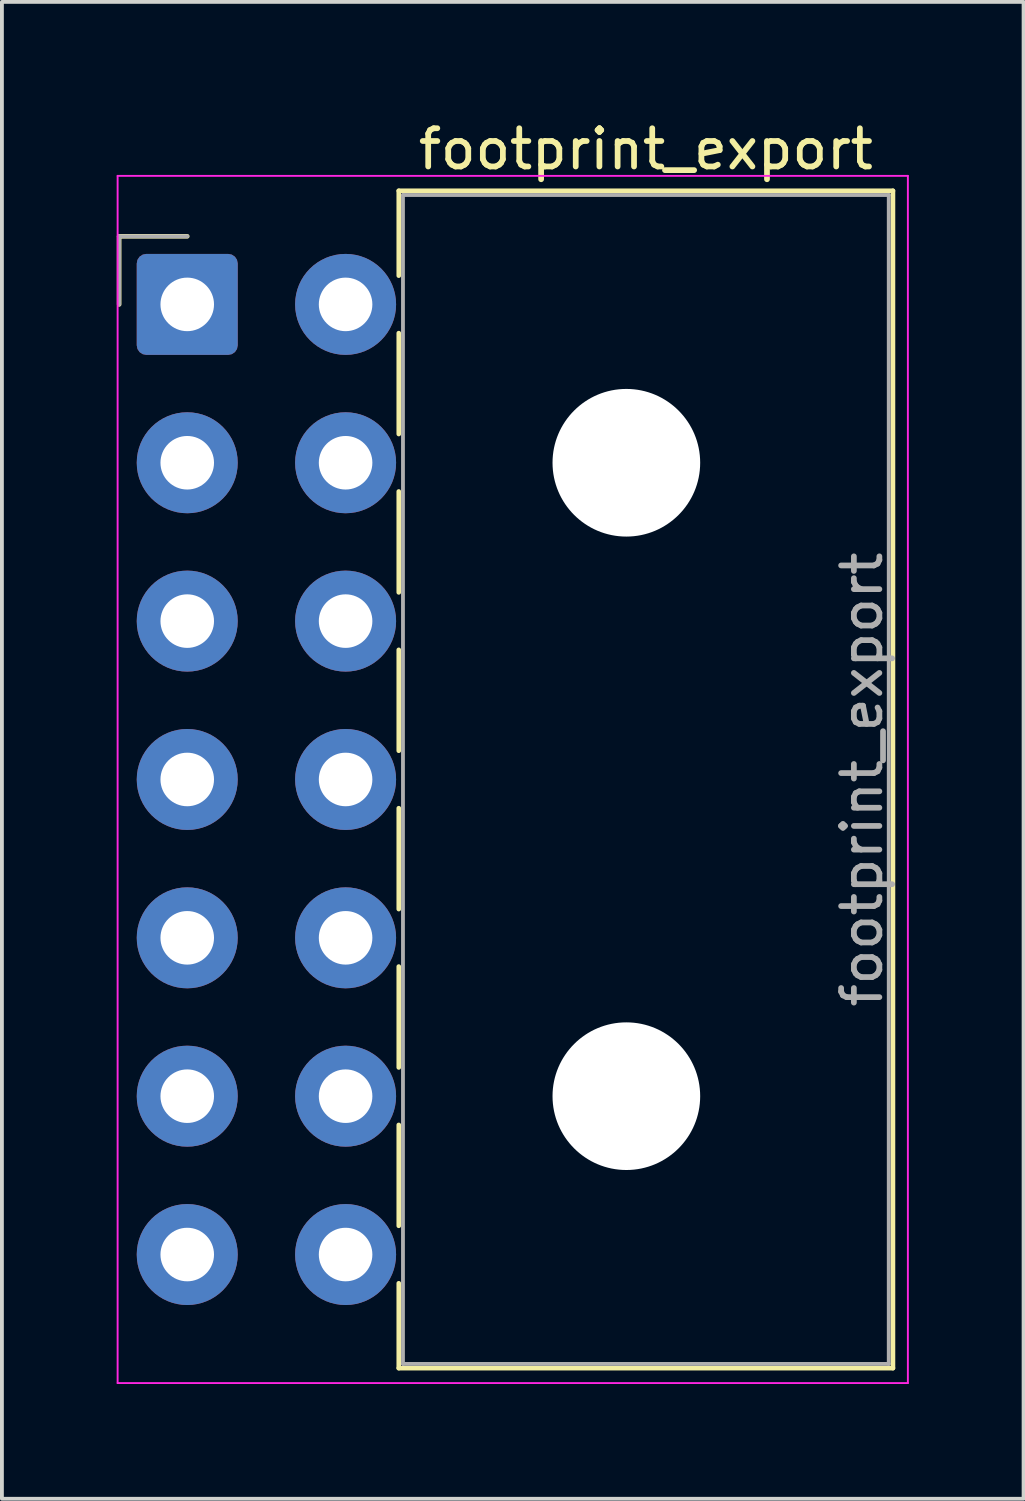
<source format=kicad_pcb>
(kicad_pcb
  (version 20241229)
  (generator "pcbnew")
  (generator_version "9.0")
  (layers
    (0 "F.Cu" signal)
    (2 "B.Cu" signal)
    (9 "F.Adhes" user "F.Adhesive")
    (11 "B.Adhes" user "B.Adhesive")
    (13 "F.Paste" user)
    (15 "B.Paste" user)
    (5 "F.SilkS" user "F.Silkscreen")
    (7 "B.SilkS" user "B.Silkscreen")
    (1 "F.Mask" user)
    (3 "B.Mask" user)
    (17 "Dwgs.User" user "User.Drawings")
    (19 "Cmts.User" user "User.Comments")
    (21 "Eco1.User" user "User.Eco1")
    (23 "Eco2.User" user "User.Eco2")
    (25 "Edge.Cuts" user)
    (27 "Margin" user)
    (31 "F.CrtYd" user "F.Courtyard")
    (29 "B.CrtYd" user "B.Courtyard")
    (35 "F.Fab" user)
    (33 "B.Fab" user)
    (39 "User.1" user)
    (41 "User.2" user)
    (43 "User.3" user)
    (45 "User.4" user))
  (footprint "footprint_export"
    (layer "F.Cu")
    (at 1.845 4.908)
    (property "Reference" "footprint_export" (at 11.99 -4.06 0) (layer "F.SilkS") (effects (font (size 1 1) (thickness 0.15))))
    (attr through_hole)
    (fp_line (start -1.78 -1.78) (end -1.78 0) (stroke (width 0.12) (type solid)) (layer "F.SilkS"))
    (fp_line (start 0 -1.78) (end -1.78 -1.78) (stroke (width 0.12) (type solid)) (layer "F.SilkS"))
    (fp_line (start 5.53 -2.97) (end 18.45 -2.97) (stroke (width 0.12) (type solid)) (layer "F.SilkS"))
    (fp_line (start 5.53 -0.751) (end 5.53 -2.97) (stroke (width 0.12) (type solid)) (layer "F.SilkS"))
    (fp_line (start 5.53 0.751) (end 5.53 3.389) (stroke (width 0.12) (type solid)) (layer "F.SilkS"))
    (fp_line (start 5.53 4.891) (end 5.53 7.529) (stroke (width 0.12) (type solid)) (layer "F.SilkS"))
    (fp_line (start 5.53 9.031) (end 5.53 11.669) (stroke (width 0.12) (type solid)) (layer "F.SilkS"))
    (fp_line (start 5.53 13.171) (end 5.53 15.809) (stroke (width 0.12) (type solid)) (layer "F.SilkS"))
    (fp_line (start 5.53 17.311) (end 5.53 19.949) (stroke (width 0.12) (type solid)) (layer "F.SilkS"))
    (fp_line (start 5.53 21.451) (end 5.53 24.089) (stroke (width 0.12) (type solid)) (layer "F.SilkS"))
    (fp_line (start 5.53 27.81) (end 5.53 25.591) (stroke (width 0.12) (type solid)) (layer "F.SilkS"))
    (fp_line (start 18.45 -2.97) (end 18.45 27.81) (stroke (width 0.12) (type solid)) (layer "F.SilkS"))
    (fp_line (start 18.45 27.81) (end 5.53 27.81) (stroke (width 0.12) (type solid)) (layer "F.SilkS"))
    (fp_line (start -1.82 -3.36) (end -1.82 28.2) (stroke (width 0.05) (type solid)) (layer "F.CrtYd"))
    (fp_line (start -1.82 28.2) (end 18.84 28.2) (stroke (width 0.05) (type solid)) (layer "F.CrtYd"))
    (fp_line (start 18.84 -3.36) (end -1.82 -3.36) (stroke (width 0.05) (type solid)) (layer "F.CrtYd"))
    (fp_line (start 18.84 28.2) (end 18.84 -3.36) (stroke (width 0.05) (type solid)) (layer "F.CrtYd"))
    (fp_line (start -1.78 -1.78) (end -1.78 0) (stroke (width 0.1) (type solid)) (layer "F.Fab"))
    (fp_line (start 0 -1.78) (end -1.78 -1.78) (stroke (width 0.1) (type solid)) (layer "F.Fab"))
    (fp_line (start 5.64 -2.86) (end 5.64 27.7) (stroke (width 0.1) (type solid)) (layer "F.Fab"))
    (fp_line (start 5.64 27.7) (end 18.34 27.7) (stroke (width 0.1) (type solid)) (layer "F.Fab"))
    (fp_line (start 18.34 -2.86) (end 5.64 -2.86) (stroke (width 0.1) (type solid)) (layer "F.Fab"))
    (fp_line (start 18.34 27.7) (end 18.34 -2.86) (stroke (width 0.1) (type solid)) (layer "F.Fab"))
    (fp_text user "${REFERENCE}" (at 17.64 12.42 90) (layer "F.Fab") (effects (font (size 1 1) (thickness 0.15))))
    (pad "" np_thru_hole circle (at 11.48 4.14) (size 3.86 3.86) (drill 3.86) (layers "*.Cu" "*.Mask"))
    (pad "" np_thru_hole circle (at 11.48 20.7) (size 3.86 3.86) (drill 3.86) (layers "*.Cu" "*.Mask"))
    (pad "1" thru_hole roundrect (at 0 0) (size 2.64 2.64) (drill 1.4) (layers "*.Cu" "*.Mask") (roundrect_rratio 0.095))
    (pad "2" thru_hole circle (at 0 4.14) (size 2.64 2.64) (drill 1.4) (layers "*.Cu" "*.Mask"))
    (pad "3" thru_hole circle (at 0 8.28) (size 2.64 2.64) (drill 1.4) (layers "*.Cu" "*.Mask"))
    (pad "4" thru_hole circle (at 0 12.42) (size 2.64 2.64) (drill 1.4) (layers "*.Cu" "*.Mask"))
    (pad "5" thru_hole circle (at 0 16.56) (size 2.64 2.64) (drill 1.4) (layers "*.Cu" "*.Mask"))
    (pad "6" thru_hole circle (at 0 20.7) (size 2.64 2.64) (drill 1.4) (layers "*.Cu" "*.Mask"))
    (pad "7" thru_hole circle (at 0 24.84) (size 2.64 2.64) (drill 1.4) (layers "*.Cu" "*.Mask"))
    (pad "8" thru_hole circle (at 4.14 0) (size 2.64 2.64) (drill 1.4) (layers "*.Cu" "*.Mask"))
    (pad "9" thru_hole circle (at 4.14 4.14) (size 2.64 2.64) (drill 1.4) (layers "*.Cu" "*.Mask"))
    (pad "10" thru_hole circle (at 4.14 8.28) (size 2.64 2.64) (drill 1.4) (layers "*.Cu" "*.Mask"))
    (pad "11" thru_hole circle (at 4.14 12.42) (size 2.64 2.64) (drill 1.4) (layers "*.Cu" "*.Mask"))
    (pad "12" thru_hole circle (at 4.14 16.56) (size 2.64 2.64) (drill 1.4) (layers "*.Cu" "*.Mask"))
    (pad "13" thru_hole circle (at 4.14 20.7) (size 2.64 2.64) (drill 1.4) (layers "*.Cu" "*.Mask"))
    (pad "14" thru_hole circle (at 4.14 24.84) (size 2.64 2.64) (drill 1.4) (layers "*.Cu" "*.Mask")))
  (gr_rect
    (start -3 -3)
    (end 23.71 36.133)
    (stroke (width 0.1) (type default))
    (fill no)
    (layer "Edge.Cuts")))
</source>
